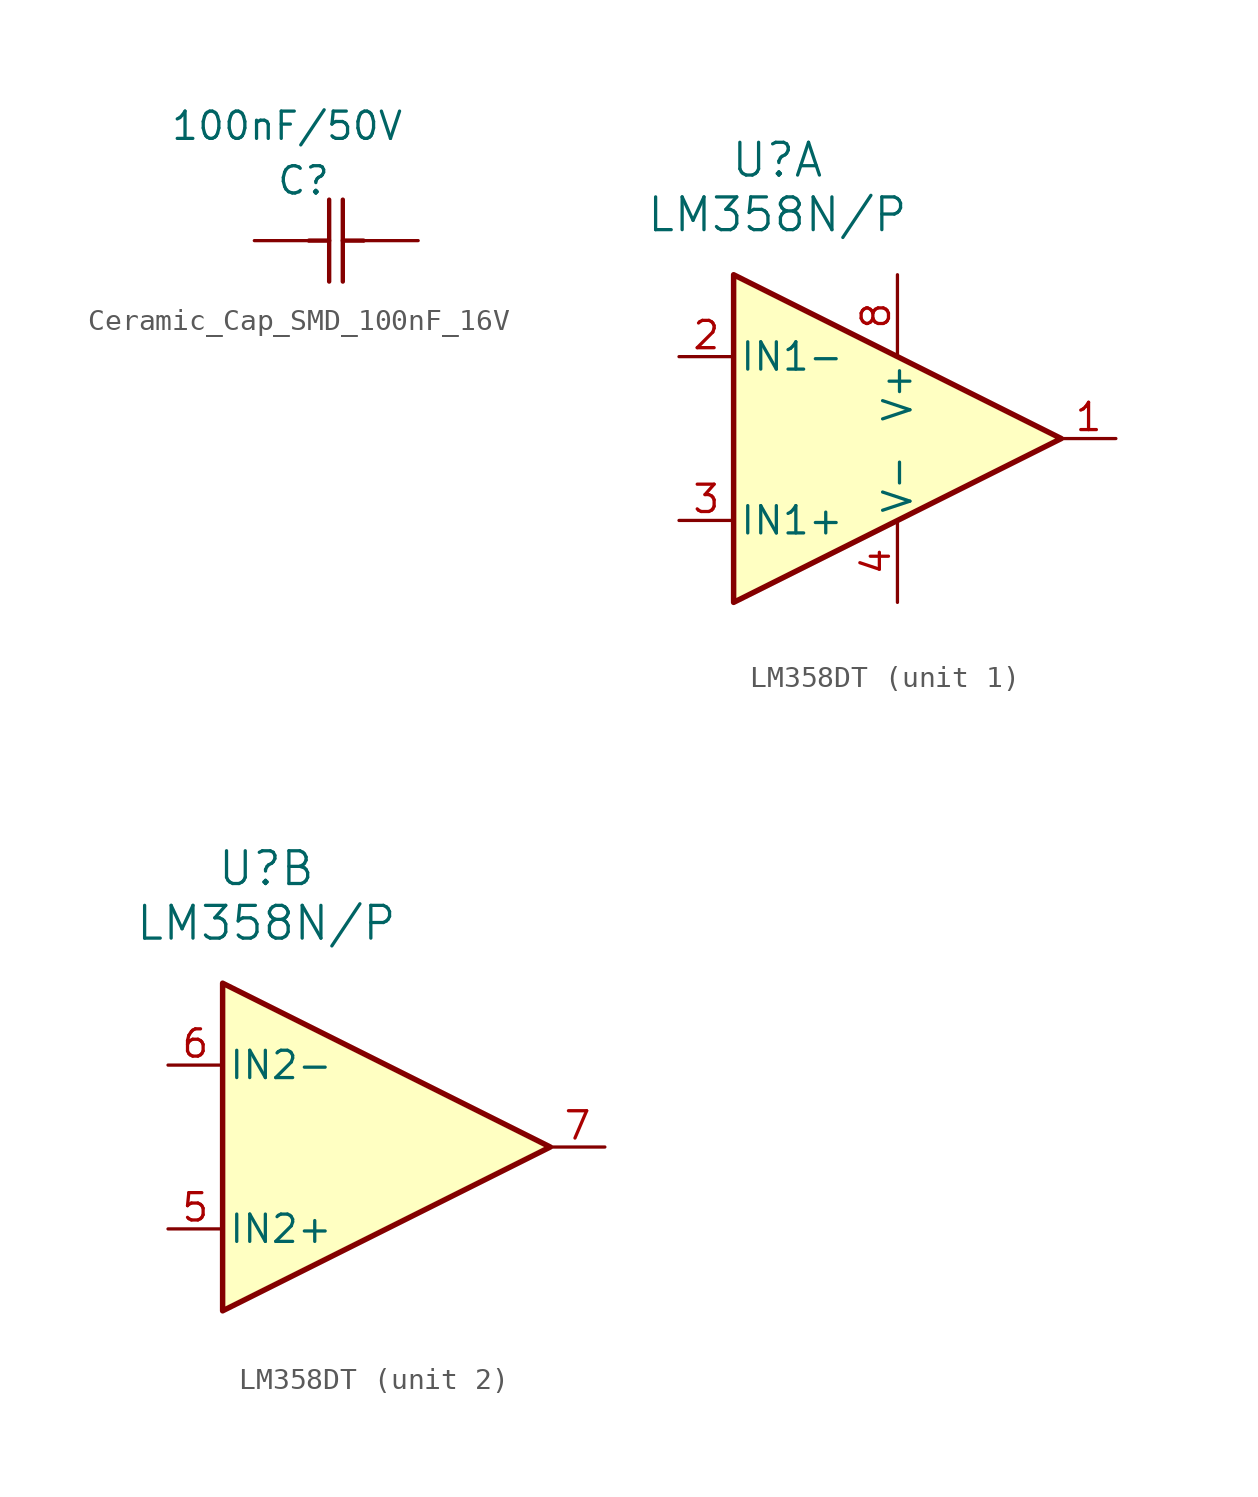
<source format=kicad_sym>
(kicad_symbol_lib
  (version 20231120)
  (generator "kicad_symbol_editor")
  (generator_version "8.0")
  (symbol "Ceramic_Cap_SMD_100nF_16V"
    (pin_numbers hide)
    (pin_names hide)
    (property "Reference" "C"
      (at 1.016 2.794 0)
      (effects (font (size 1.27 1.27))))
    (property "Value" "100nF/50V"
      (at 0.254 5.334 0)
      (effects (font (size 1.27 1.27))))
    (symbol "Ceramic_Cap_SMD_100nF_16V_1_1"
      (polyline (pts (xy 1.27 0) (xy 2.21 0)) (stroke (width 0.203) (type default)) (fill (type none)))
      (polyline (pts (xy 2.21 -1.905) (xy 2.21 1.905)) (stroke (width 0.203) (type default)) (fill (type none)))
      (polyline (pts (xy 2.845 -1.905) (xy 2.845 1.905)) (stroke (width 0.203) (type default)) (fill (type none)))
      (polyline (pts (xy 2.845 0) (xy 3.81 0)) (stroke (width 0.203) (type default)) (fill (type none)))
      (pin unspecified line (at -1.27 0 0) (length 2.54) (name "" (effects (font (size 1.27 1.27)))) (number "1" (effects (font (size 1.27 1.27)))))
      (pin unspecified line (at 6.35 0 180) (length 2.54) (name "" (effects (font (size 1.27 1.27)))) (number "2" (effects (font (size 1.27 1.27)))))))
  (symbol "LM358DT"
    (pin_names
      (offset 0.254))
    (property "Reference" "U"
      (at 2.032 20.574 0)
      (effects (font (size 1.524 1.524))))
    (property "Value" "LM358N/P"
      (at 2.032 18.034 0)
      (effects (font (size 1.524 1.524))))
    (property "ki_locked" ""
      (at 0 0 0)
      (effects (font (size 1.27 1.27))))
    (symbol "LM358DT_1_0"
      (pin input line (at -2.54 11.43 0) (length 2.54) (name "IN1-" (effects (font (size 1.27 1.27)))) (number "2" (effects (font (size 1.27 1.27)))))
      (pin input line (at -2.54 3.81 0) (length 2.54) (name "IN1+" (effects (font (size 1.27 1.27)))) (number "3" (effects (font (size 1.27 1.27))))))
    (symbol "LM358DT_1_1"
      (polyline (pts (xy 0 15.24) (xy 15.24 7.62) (xy 0 0) (xy 0 15.24)) (stroke (width 0.254) (type default)) (fill (type background)))
      (pin output line (at 17.78 7.62 180) (length 2.54) (name "~" (effects (font (size 1.27 1.27)))) (number "1" (effects (font (size 1.27 1.27)))))
      (pin power_in line (at 7.62 0 90) (length 3.81) (name "V-" (effects (font (size 1.27 1.27)))) (number "4" (effects (font (size 1.27 1.27)))))
      (pin power_in line (at 7.62 15.24 270) (length 3.81) (name "V+" (effects (font (size 1.27 1.27)))) (number "8" (effects (font (size 1.27 1.27))))))
    (symbol "LM358DT_2_1"
      (polyline (pts (xy 0 15.24) (xy 15.24 7.62) (xy 0 0) (xy 0 15.24)) (stroke (width 0.254) (type default)) (fill (type background)))
      (pin input line (at -2.54 3.81 0) (length 2.54) (name "IN2+" (effects (font (size 1.27 1.27)))) (number "5" (effects (font (size 1.27 1.27)))))
      (pin input line (at -2.54 11.43 0) (length 2.54) (name "IN2-" (effects (font (size 1.27 1.27)))) (number "6" (effects (font (size 1.27 1.27)))))
      (pin output line (at 17.78 7.62 180) (length 2.54) (name "~" (effects (font (size 1.27 1.27)))) (number "7" (effects (font (size 1.27 1.27))))))))
</source>
